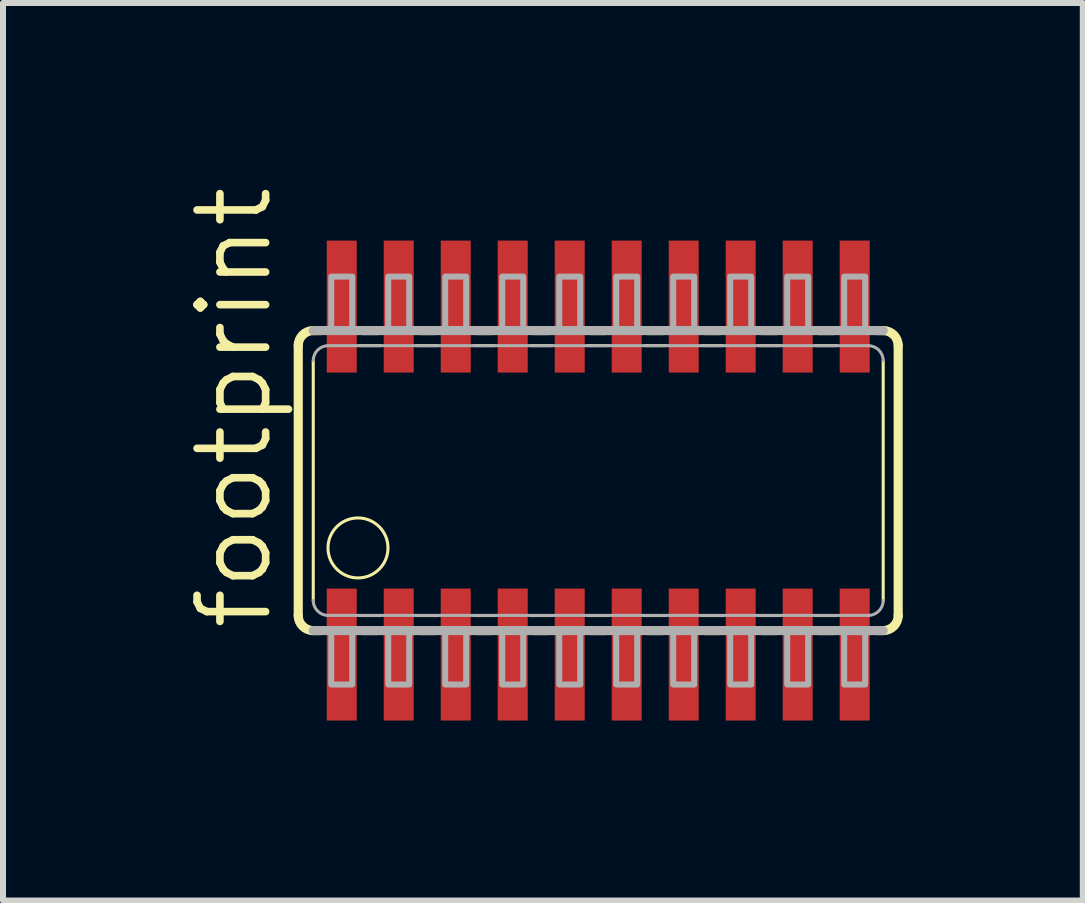
<source format=kicad_pcb>
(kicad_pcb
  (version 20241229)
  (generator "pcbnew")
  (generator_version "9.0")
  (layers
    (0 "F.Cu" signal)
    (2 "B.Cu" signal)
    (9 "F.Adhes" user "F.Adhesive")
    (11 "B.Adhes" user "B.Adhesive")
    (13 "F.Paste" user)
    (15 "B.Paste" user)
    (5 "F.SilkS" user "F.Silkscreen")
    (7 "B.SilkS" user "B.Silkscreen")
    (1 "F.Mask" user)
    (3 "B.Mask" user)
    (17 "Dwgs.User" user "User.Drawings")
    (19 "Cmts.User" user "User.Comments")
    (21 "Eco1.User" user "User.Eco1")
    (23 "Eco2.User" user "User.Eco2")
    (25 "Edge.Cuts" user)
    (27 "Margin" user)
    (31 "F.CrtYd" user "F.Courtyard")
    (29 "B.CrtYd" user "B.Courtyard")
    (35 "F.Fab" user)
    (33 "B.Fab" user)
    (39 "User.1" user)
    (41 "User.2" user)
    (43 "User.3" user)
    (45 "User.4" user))
  (footprint "footprint"
    (layer "F.Cu")
    (at 6.921 4.96)
    (property "Reference" "footprint" (at -5.397 2.54 90) (layer "F.SilkS") (effects (font (size 1.143 1.143) (thickness 0.127)) (justify left bottom)))
    (fp_line (start -5 2.25) (end -5 -2.25) (stroke (width 0.152) (type solid)) (layer "F.SilkS"))
    (fp_line (start -4.775 2.5) (end -4.626 2.5) (stroke (width 0.152) (type solid)) (layer "F.SilkS"))
    (fp_line (start -4.75 -2.5) (end -4.626 -2.5) (stroke (width 0.152) (type solid)) (layer "F.SilkS"))
    (fp_line (start -4.75 2) (end -4.75 -2) (stroke (width 0.051) (type solid)) (layer "F.SilkS"))
    (fp_line (start -3.975 -2.25) (end -3.625 -2.25) (stroke (width 0.051) (type solid)) (layer "F.SilkS"))
    (fp_line (start -3.975 2.25) (end -3.625 2.25) (stroke (width 0.051) (type solid)) (layer "F.SilkS"))
    (fp_line (start -3.924 -2.5) (end -3.676 -2.5) (stroke (width 0.152) (type solid)) (layer "F.SilkS"))
    (fp_line (start -3.924 2.5) (end -3.676 2.5) (stroke (width 0.152) (type solid)) (layer "F.SilkS"))
    (fp_line (start -3.025 -2.25) (end -2.675 -2.25) (stroke (width 0.051) (type solid)) (layer "F.SilkS"))
    (fp_line (start -3.025 2.25) (end -2.675 2.25) (stroke (width 0.051) (type solid)) (layer "F.SilkS"))
    (fp_line (start -2.974 -2.5) (end -2.726 -2.5) (stroke (width 0.152) (type solid)) (layer "F.SilkS"))
    (fp_line (start -2.974 2.5) (end -2.726 2.5) (stroke (width 0.152) (type solid)) (layer "F.SilkS"))
    (fp_line (start -2.075 -2.25) (end -1.725 -2.25) (stroke (width 0.051) (type solid)) (layer "F.SilkS"))
    (fp_line (start -2.075 2.25) (end -1.725 2.25) (stroke (width 0.051) (type solid)) (layer "F.SilkS"))
    (fp_line (start -2.024 -2.5) (end -1.776 -2.5) (stroke (width 0.152) (type solid)) (layer "F.SilkS"))
    (fp_line (start -2.024 2.5) (end -1.776 2.5) (stroke (width 0.152) (type solid)) (layer "F.SilkS"))
    (fp_line (start -1.125 -2.25) (end -0.775 -2.25) (stroke (width 0.051) (type solid)) (layer "F.SilkS"))
    (fp_line (start -1.125 2.25) (end -0.775 2.25) (stroke (width 0.051) (type solid)) (layer "F.SilkS"))
    (fp_line (start -1.074 -2.5) (end -0.826 -2.5) (stroke (width 0.152) (type solid)) (layer "F.SilkS"))
    (fp_line (start -1.074 2.5) (end -0.826 2.5) (stroke (width 0.152) (type solid)) (layer "F.SilkS"))
    (fp_line (start -0.175 -2.25) (end 0.175 -2.25) (stroke (width 0.051) (type solid)) (layer "F.SilkS"))
    (fp_line (start -0.175 2.25) (end 0.175 2.25) (stroke (width 0.051) (type solid)) (layer "F.SilkS"))
    (fp_line (start -0.124 -2.5) (end 0.124 -2.5) (stroke (width 0.152) (type solid)) (layer "F.SilkS"))
    (fp_line (start -0.124 2.5) (end 0.124 2.5) (stroke (width 0.152) (type solid)) (layer "F.SilkS"))
    (fp_line (start 0.775 -2.25) (end 1.125 -2.25) (stroke (width 0.051) (type solid)) (layer "F.SilkS"))
    (fp_line (start 0.775 2.25) (end 1.125 2.25) (stroke (width 0.051) (type solid)) (layer "F.SilkS"))
    (fp_line (start 0.826 -2.5) (end 1.074 -2.5) (stroke (width 0.152) (type solid)) (layer "F.SilkS"))
    (fp_line (start 0.826 2.5) (end 1.074 2.5) (stroke (width 0.152) (type solid)) (layer "F.SilkS"))
    (fp_line (start 1.725 -2.25) (end 2.075 -2.25) (stroke (width 0.051) (type solid)) (layer "F.SilkS"))
    (fp_line (start 1.725 2.25) (end 2.075 2.25) (stroke (width 0.051) (type solid)) (layer "F.SilkS"))
    (fp_line (start 1.776 -2.5) (end 2.024 -2.5) (stroke (width 0.152) (type solid)) (layer "F.SilkS"))
    (fp_line (start 1.776 2.5) (end 2.024 2.5) (stroke (width 0.152) (type solid)) (layer "F.SilkS"))
    (fp_line (start 2.675 -2.25) (end 3.025 -2.25) (stroke (width 0.051) (type solid)) (layer "F.SilkS"))
    (fp_line (start 2.675 2.25) (end 3.025 2.25) (stroke (width 0.051) (type solid)) (layer "F.SilkS"))
    (fp_line (start 2.726 -2.5) (end 2.974 -2.5) (stroke (width 0.152) (type solid)) (layer "F.SilkS"))
    (fp_line (start 2.726 2.5) (end 2.974 2.5) (stroke (width 0.152) (type solid)) (layer "F.SilkS"))
    (fp_line (start 3.625 -2.25) (end 3.975 -2.25) (stroke (width 0.051) (type solid)) (layer "F.SilkS"))
    (fp_line (start 3.625 2.25) (end 3.975 2.25) (stroke (width 0.051) (type solid)) (layer "F.SilkS"))
    (fp_line (start 3.676 -2.5) (end 3.924 -2.5) (stroke (width 0.152) (type solid)) (layer "F.SilkS"))
    (fp_line (start 3.676 2.5) (end 3.924 2.5) (stroke (width 0.152) (type solid)) (layer "F.SilkS"))
    (fp_line (start 4.626 -2.5) (end 4.75 -2.5) (stroke (width 0.152) (type solid)) (layer "F.SilkS"))
    (fp_line (start 4.626 2.5) (end 4.75 2.5) (stroke (width 0.152) (type solid)) (layer "F.SilkS"))
    (fp_line (start 4.75 -2) (end 4.75 2) (stroke (width 0.051) (type solid)) (layer "F.SilkS"))
    (fp_line (start 5 -2.25) (end 5 2.25) (stroke (width 0.152) (type solid)) (layer "F.SilkS"))
    (fp_arc (start -5 -2.25) (mid -4.926777 -2.426777) (end -4.75 -2.5) (stroke (width 0.1524) (type solid)) (layer "F.SilkS"))
    (fp_arc (start -4.75 2.5) (mid -4.926777 2.426777) (end -5 2.25) (stroke (width 0.1524) (type solid)) (layer "F.SilkS"))
    (fp_arc (start 4.75 -2.5) (mid 4.926777 -2.426777) (end 5 -2.25) (stroke (width 0.1524) (type solid)) (layer "F.SilkS"))
    (fp_arc (start 5 2.25) (mid 4.926777 2.426777) (end 4.75 2.5) (stroke (width 0.1524) (type solid)) (layer "F.SilkS"))
    (fp_circle (center -4.004 1.123) (end -3.504 1.123) (stroke (width 0.051) (type solid)) (fill no) (layer "F.SilkS"))
    (fp_line (start -4.75 -2.5) (end 4.75 -2.5) (stroke (width 0.152) (type solid)) (layer "F.Fab"))
    (fp_line (start -4.5 -2.248) (end 4.5 -2.248) (stroke (width 0.051) (type solid)) (layer "F.Fab"))
    (fp_line (start 4.5 2.248) (end -4.5 2.248) (stroke (width 0.051) (type solid)) (layer "F.Fab"))
    (fp_line (start 4.75 2.5) (end -4.75 2.5) (stroke (width 0.152) (type solid)) (layer "F.Fab"))
    (fp_arc (start -4.75 -1.998) (mid -4.676777 -2.174777) (end -4.5 -2.248) (stroke (width 0.0508) (type solid)) (layer "F.Fab"))
    (fp_arc (start -4.5 2.248) (mid -4.676777 2.174777) (end -4.75 1.998) (stroke (width 0.0508) (type solid)) (layer "F.Fab"))
    (fp_arc (start 4.5 -2.248) (mid 4.676777 -2.174777) (end 4.75 -1.998) (stroke (width 0.0508) (type solid)) (layer "F.Fab"))
    (fp_arc (start 4.75 1.998) (mid 4.676777 2.174777) (end 4.5 2.248) (stroke (width 0.0508) (type solid)) (layer "F.Fab"))
    (fp_poly (pts (xy -4.45 -2.5) (xy -4.1 -2.5) (xy -4.1 -3.4) (xy -4.45 -3.4)) (stroke (width 0.1) (type solid)) (fill no) (layer "F.Fab"))
    (fp_poly (pts (xy -4.45 3.4) (xy -4.1 3.4) (xy -4.1 2.5) (xy -4.45 2.5)) (stroke (width 0.1) (type solid)) (fill no) (layer "F.Fab"))
    (fp_poly (pts (xy -3.5 -2.5) (xy -3.15 -2.5) (xy -3.15 -3.4) (xy -3.5 -3.4)) (stroke (width 0.1) (type solid)) (fill no) (layer "F.Fab"))
    (fp_poly (pts (xy -3.5 3.4) (xy -3.15 3.4) (xy -3.15 2.5) (xy -3.5 2.5)) (stroke (width 0.1) (type solid)) (fill no) (layer "F.Fab"))
    (fp_poly (pts (xy -2.55 -2.5) (xy -2.2 -2.5) (xy -2.2 -3.4) (xy -2.55 -3.4)) (stroke (width 0.1) (type solid)) (fill no) (layer "F.Fab"))
    (fp_poly (pts (xy -2.55 3.4) (xy -2.2 3.4) (xy -2.2 2.5) (xy -2.55 2.5)) (stroke (width 0.1) (type solid)) (fill no) (layer "F.Fab"))
    (fp_poly (pts (xy -1.6 -2.5) (xy -1.25 -2.5) (xy -1.25 -3.4) (xy -1.6 -3.4)) (stroke (width 0.1) (type solid)) (fill no) (layer "F.Fab"))
    (fp_poly (pts (xy -1.6 3.4) (xy -1.25 3.4) (xy -1.25 2.5) (xy -1.6 2.5)) (stroke (width 0.1) (type solid)) (fill no) (layer "F.Fab"))
    (fp_poly (pts (xy -0.65 -2.5) (xy -0.3 -2.5) (xy -0.3 -3.4) (xy -0.65 -3.4)) (stroke (width 0.1) (type solid)) (fill no) (layer "F.Fab"))
    (fp_poly (pts (xy -0.65 3.4) (xy -0.3 3.4) (xy -0.3 2.5) (xy -0.65 2.5)) (stroke (width 0.1) (type solid)) (fill no) (layer "F.Fab"))
    (fp_poly (pts (xy 0.3 -2.5) (xy 0.65 -2.5) (xy 0.65 -3.4) (xy 0.3 -3.4)) (stroke (width 0.1) (type solid)) (fill no) (layer "F.Fab"))
    (fp_poly (pts (xy 0.3 3.4) (xy 0.65 3.4) (xy 0.65 2.5) (xy 0.3 2.5)) (stroke (width 0.1) (type solid)) (fill no) (layer "F.Fab"))
    (fp_poly (pts (xy 1.25 -2.5) (xy 1.6 -2.5) (xy 1.6 -3.4) (xy 1.25 -3.4)) (stroke (width 0.1) (type solid)) (fill no) (layer "F.Fab"))
    (fp_poly (pts (xy 1.25 3.4) (xy 1.6 3.4) (xy 1.6 2.5) (xy 1.25 2.5)) (stroke (width 0.1) (type solid)) (fill no) (layer "F.Fab"))
    (fp_poly (pts (xy 2.2 -2.5) (xy 2.55 -2.5) (xy 2.55 -3.4) (xy 2.2 -3.4)) (stroke (width 0.1) (type solid)) (fill no) (layer "F.Fab"))
    (fp_poly (pts (xy 2.2 3.4) (xy 2.55 3.4) (xy 2.55 2.5) (xy 2.2 2.5)) (stroke (width 0.1) (type solid)) (fill no) (layer "F.Fab"))
    (fp_poly (pts (xy 3.15 -2.5) (xy 3.5 -2.5) (xy 3.5 -3.4) (xy 3.15 -3.4)) (stroke (width 0.1) (type solid)) (fill no) (layer "F.Fab"))
    (fp_poly (pts (xy 3.15 3.4) (xy 3.5 3.4) (xy 3.5 2.5) (xy 3.15 2.5)) (stroke (width 0.1) (type solid)) (fill no) (layer "F.Fab"))
    (fp_poly (pts (xy 4.1 -2.5) (xy 4.45 -2.5) (xy 4.45 -3.4) (xy 4.1 -3.4)) (stroke (width 0.1) (type solid)) (fill no) (layer "F.Fab"))
    (fp_poly (pts (xy 4.1 3.4) (xy 4.45 3.4) (xy 4.45 2.5) (xy 4.1 2.5)) (stroke (width 0.1) (type solid)) (fill no) (layer "F.Fab"))
    (pad "1" smd rect (at -4.275 2.9) (size 0.5 2.2) (layers "F.Cu" "F.Mask" "F.Paste"))
    (pad "2" smd rect (at -3.325 2.9) (size 0.5 2.2) (layers "F.Cu" "F.Mask" "F.Paste"))
    (pad "3" smd rect (at -2.375 2.9) (size 0.5 2.2) (layers "F.Cu" "F.Mask" "F.Paste"))
    (pad "4" smd rect (at -1.425 2.9) (size 0.5 2.2) (layers "F.Cu" "F.Mask" "F.Paste"))
    (pad "5" smd rect (at -0.475 2.9) (size 0.5 2.2) (layers "F.Cu" "F.Mask" "F.Paste"))
    (pad "6" smd rect (at 0.475 2.9) (size 0.5 2.2) (layers "F.Cu" "F.Mask" "F.Paste"))
    (pad "7" smd rect (at 1.425 2.9) (size 0.5 2.2) (layers "F.Cu" "F.Mask" "F.Paste"))
    (pad "8" smd rect (at 2.375 2.9) (size 0.5 2.2) (layers "F.Cu" "F.Mask" "F.Paste"))
    (pad "9" smd rect (at 3.325 2.9) (size 0.5 2.2) (layers "F.Cu" "F.Mask" "F.Paste"))
    (pad "10" smd rect (at 4.275 2.9) (size 0.5 2.2) (layers "F.Cu" "F.Mask" "F.Paste"))
    (pad "11" smd rect (at 4.275 -2.9) (size 0.5 2.2) (layers "F.Cu" "F.Mask" "F.Paste"))
    (pad "12" smd rect (at 3.325 -2.9) (size 0.5 2.2) (layers "F.Cu" "F.Mask" "F.Paste"))
    (pad "13" smd rect (at 2.375 -2.9) (size 0.5 2.2) (layers "F.Cu" "F.Mask" "F.Paste"))
    (pad "14" smd rect (at 1.425 -2.9) (size 0.5 2.2) (layers "F.Cu" "F.Mask" "F.Paste"))
    (pad "15" smd rect (at 0.475 -2.9) (size 0.5 2.2) (layers "F.Cu" "F.Mask" "F.Paste"))
    (pad "16" smd rect (at -0.475 -2.9) (size 0.5 2.2) (layers "F.Cu" "F.Mask" "F.Paste"))
    (pad "17" smd rect (at -1.425 -2.9) (size 0.5 2.2) (layers "F.Cu" "F.Mask" "F.Paste"))
    (pad "18" smd rect (at -2.375 -2.9) (size 0.5 2.2) (layers "F.Cu" "F.Mask" "F.Paste"))
    (pad "19" smd rect (at -3.325 -2.9) (size 0.5 2.2) (layers "F.Cu" "F.Mask" "F.Paste"))
    (pad "20" smd rect (at -4.275 -2.9) (size 0.5 2.2) (layers "F.Cu" "F.Mask" "F.Paste")))
  (gr_rect
    (start -3 -3)
    (end 14.998 11.96)
    (stroke (width 0.1) (type default))
    (fill no)
    (layer "Edge.Cuts")))
</source>
